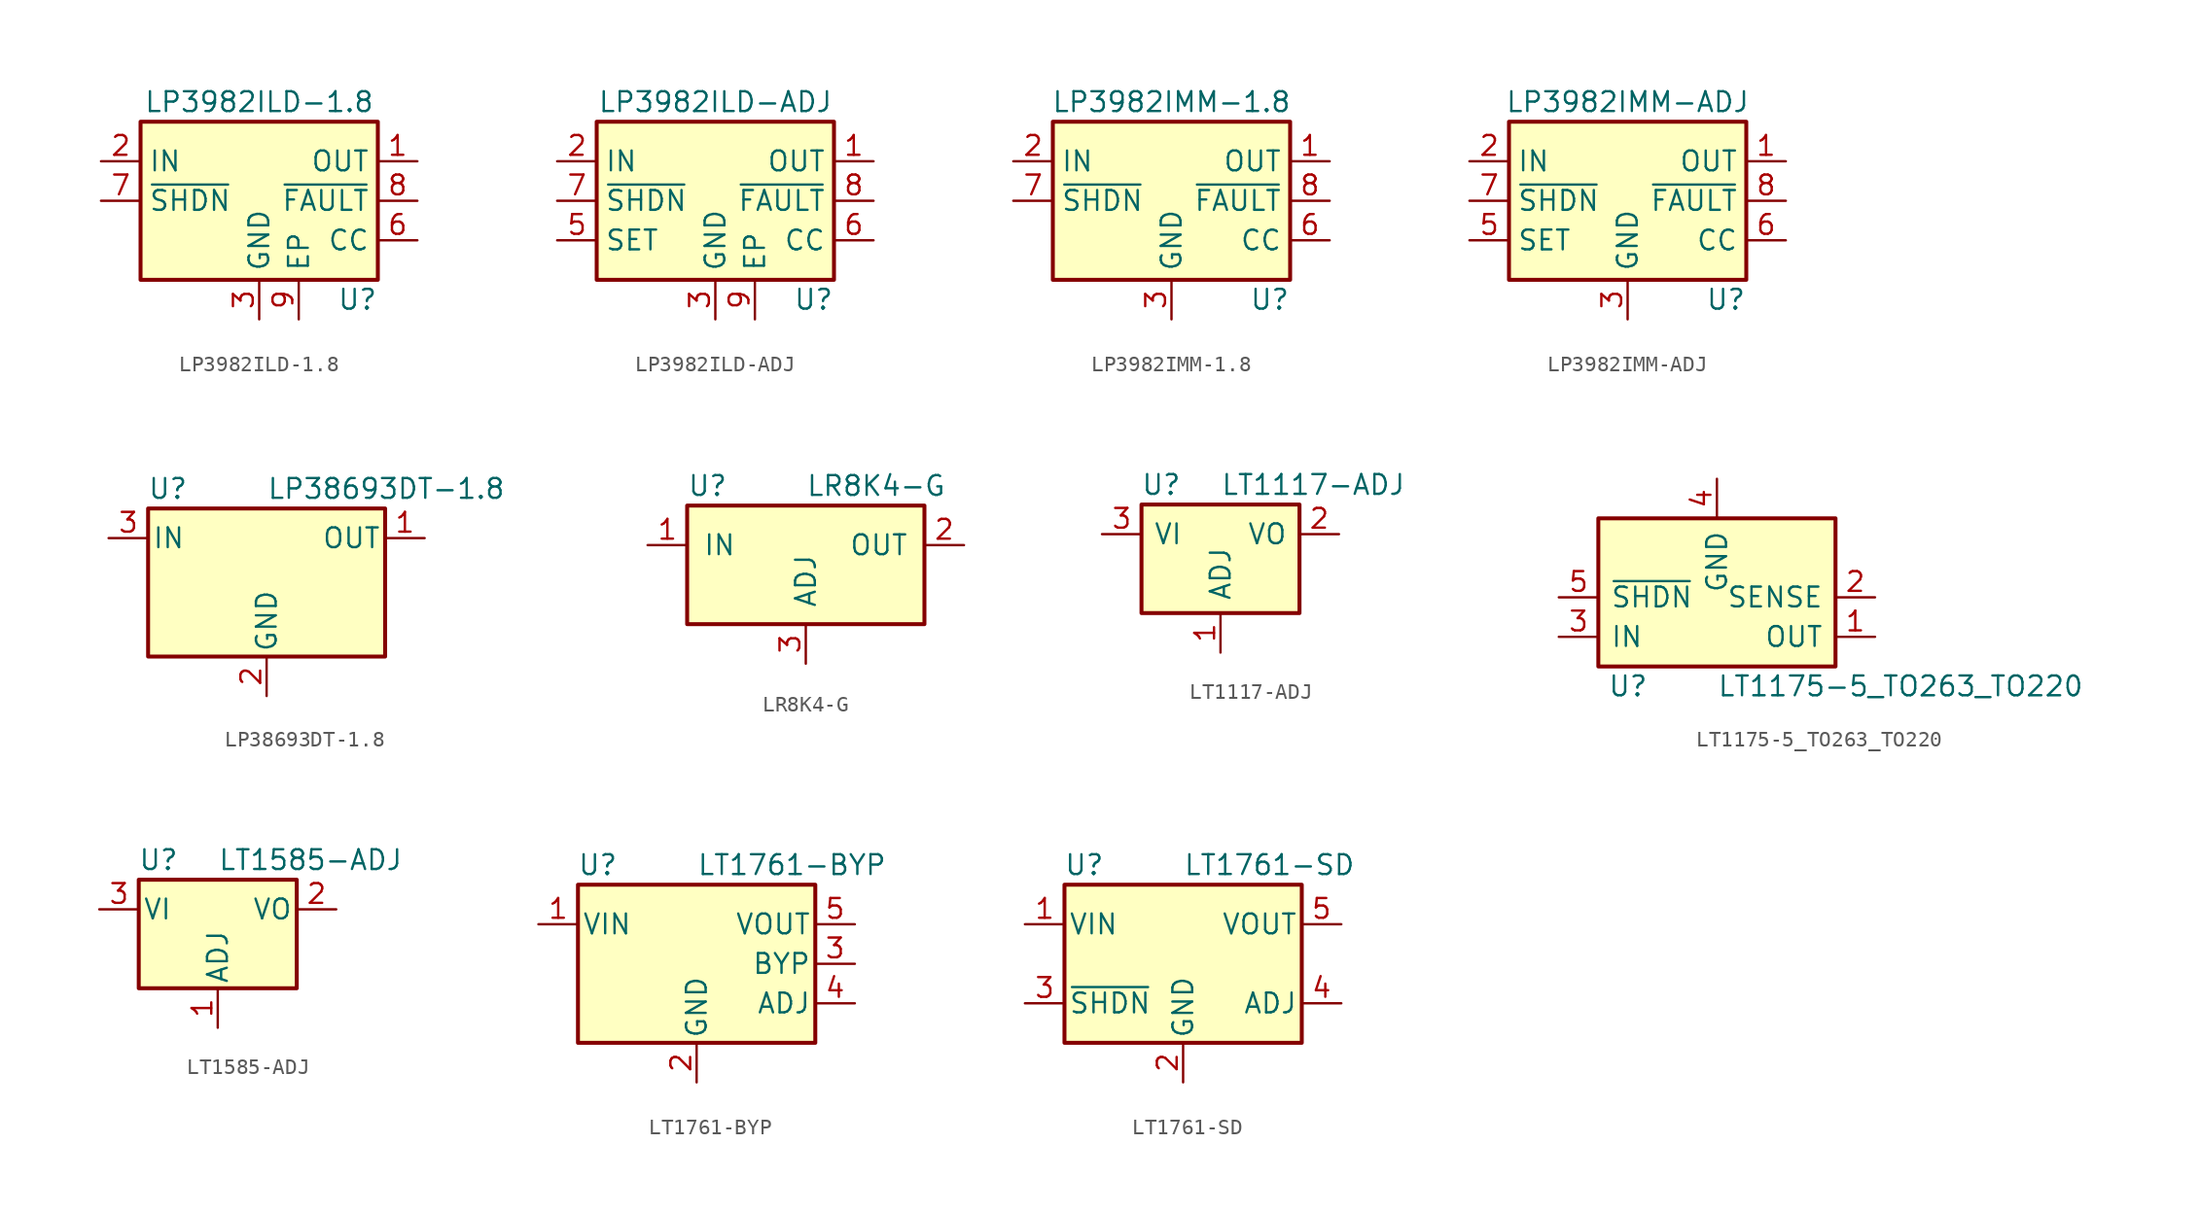
<source format=kicad_sym>
(kicad_symbol_lib
  (version 20211014)
  (generator kicad_symbol_editor)
  (symbol "LP3982ILD-1.8"
    (property "Reference" "U"
      (at 7.62 -6.35 0)
      (effects (font (size 1.27 1.27)) (justify right)))
    (property "Value" "LP3982ILD-1.8"
      (at 0 6.35 0)
      (effects (font (size 1.27 1.27))))
    (symbol "LP3982ILD-1.8_0_1"
      (rectangle (start -7.62 5.08) (end 7.62 -5.08) (stroke (width 0.254) (type default) (color 0 0 0 0)) (fill (type background))))
    (symbol "LP3982ILD-1.8_1_1"
      (pin power_out line (at 10.16 2.54 180) (length 2.54) (name "OUT" (effects (font (size 1.27 1.27)))) (number "1" (effects (font (size 1.27 1.27)))))
      (pin power_in line (at -10.16 2.54 0) (length 2.54) (name "IN" (effects (font (size 1.27 1.27)))) (number "2" (effects (font (size 1.27 1.27)))))
      (pin power_in line (at 0 -7.62 90) (length 2.54) (name "GND" (effects (font (size 1.27 1.27)))) (number "3" (effects (font (size 1.27 1.27)))))
      (pin passive line (at 10.16 2.54 180) (length 2.54) hide (name "OUT" (effects (font (size 1.27 1.27)))) (number "4" (effects (font (size 1.27 1.27)))))
      (pin no_connect line (at -7.62 -2.54 0) (length 2.54) hide (name "NC" (effects (font (size 1.27 1.27)))) (number "5" (effects (font (size 1.27 1.27)))))
      (pin passive line (at 10.16 -2.54 180) (length 2.54) (name "CC" (effects (font (size 1.27 1.27)))) (number "6" (effects (font (size 1.27 1.27)))))
      (pin input line (at -10.16 0 0) (length 2.54) (name "~{SHDN}" (effects (font (size 1.27 1.27)))) (number "7" (effects (font (size 1.27 1.27)))))
      (pin open_collector line (at 10.16 0 180) (length 2.54) (name "~{FAULT}" (effects (font (size 1.27 1.27)))) (number "8" (effects (font (size 1.27 1.27)))))
      (pin passive line (at 2.54 -7.62 90) (length 2.54) (name "EP" (effects (font (size 1.27 1.27)))) (number "9" (effects (font (size 1.27 1.27)))))))
  (symbol "LP3982ILD-ADJ"
    (property "Reference" "U"
      (at 7.62 -6.35 0)
      (effects (font (size 1.27 1.27)) (justify right)))
    (property "Value" "LP3982ILD-ADJ"
      (at 0 6.35 0)
      (effects (font (size 1.27 1.27))))
    (symbol "LP3982ILD-ADJ_0_1"
      (rectangle (start -7.62 5.08) (end 7.62 -5.08) (stroke (width 0.254) (type default) (color 0 0 0 0)) (fill (type background))))
    (symbol "LP3982ILD-ADJ_1_1"
      (pin power_out line (at 10.16 2.54 180) (length 2.54) (name "OUT" (effects (font (size 1.27 1.27)))) (number "1" (effects (font (size 1.27 1.27)))))
      (pin power_in line (at -10.16 2.54 0) (length 2.54) (name "IN" (effects (font (size 1.27 1.27)))) (number "2" (effects (font (size 1.27 1.27)))))
      (pin power_in line (at 0 -7.62 90) (length 2.54) (name "GND" (effects (font (size 1.27 1.27)))) (number "3" (effects (font (size 1.27 1.27)))))
      (pin passive line (at 10.16 2.54 180) (length 2.54) hide (name "OUT" (effects (font (size 1.27 1.27)))) (number "4" (effects (font (size 1.27 1.27)))))
      (pin passive line (at -10.16 -2.54 0) (length 2.54) (name "SET" (effects (font (size 1.27 1.27)))) (number "5" (effects (font (size 1.27 1.27)))))
      (pin passive line (at 10.16 -2.54 180) (length 2.54) (name "CC" (effects (font (size 1.27 1.27)))) (number "6" (effects (font (size 1.27 1.27)))))
      (pin input line (at -10.16 0 0) (length 2.54) (name "~{SHDN}" (effects (font (size 1.27 1.27)))) (number "7" (effects (font (size 1.27 1.27)))))
      (pin open_collector line (at 10.16 0 180) (length 2.54) (name "~{FAULT}" (effects (font (size 1.27 1.27)))) (number "8" (effects (font (size 1.27 1.27)))))
      (pin passive line (at 2.54 -7.62 90) (length 2.54) (name "EP" (effects (font (size 1.27 1.27)))) (number "9" (effects (font (size 1.27 1.27)))))))
  (symbol "LP3982IMM-1.8"
    (property "Reference" "U"
      (at 7.62 -6.35 0)
      (effects (font (size 1.27 1.27)) (justify right)))
    (property "Value" "LP3982IMM-1.8"
      (at 0 6.35 0)
      (effects (font (size 1.27 1.27))))
    (symbol "LP3982IMM-1.8_0_1"
      (rectangle (start -7.62 5.08) (end 7.62 -5.08) (stroke (width 0.254) (type default) (color 0 0 0 0)) (fill (type background))))
    (symbol "LP3982IMM-1.8_1_1"
      (pin power_out line (at 10.16 2.54 180) (length 2.54) (name "OUT" (effects (font (size 1.27 1.27)))) (number "1" (effects (font (size 1.27 1.27)))))
      (pin power_in line (at -10.16 2.54 0) (length 2.54) (name "IN" (effects (font (size 1.27 1.27)))) (number "2" (effects (font (size 1.27 1.27)))))
      (pin power_in line (at 0 -7.62 90) (length 2.54) (name "GND" (effects (font (size 1.27 1.27)))) (number "3" (effects (font (size 1.27 1.27)))))
      (pin passive line (at 10.16 2.54 180) (length 2.54) hide (name "OUT" (effects (font (size 1.27 1.27)))) (number "4" (effects (font (size 1.27 1.27)))))
      (pin no_connect line (at -7.62 -2.54 0) (length 2.54) hide (name "NC" (effects (font (size 1.27 1.27)))) (number "5" (effects (font (size 1.27 1.27)))))
      (pin passive line (at 10.16 -2.54 180) (length 2.54) (name "CC" (effects (font (size 1.27 1.27)))) (number "6" (effects (font (size 1.27 1.27)))))
      (pin input line (at -10.16 0 0) (length 2.54) (name "~{SHDN}" (effects (font (size 1.27 1.27)))) (number "7" (effects (font (size 1.27 1.27)))))
      (pin open_collector line (at 10.16 0 180) (length 2.54) (name "~{FAULT}" (effects (font (size 1.27 1.27)))) (number "8" (effects (font (size 1.27 1.27)))))))
  (symbol "LP3982IMM-ADJ"
    (property "Reference" "U"
      (at 7.62 -6.35 0)
      (effects (font (size 1.27 1.27)) (justify right)))
    (property "Value" "LP3982IMM-ADJ"
      (at 0 6.35 0)
      (effects (font (size 1.27 1.27))))
    (symbol "LP3982IMM-ADJ_0_1"
      (rectangle (start -7.62 5.08) (end 7.62 -5.08) (stroke (width 0.254) (type default) (color 0 0 0 0)) (fill (type background))))
    (symbol "LP3982IMM-ADJ_1_1"
      (pin power_out line (at 10.16 2.54 180) (length 2.54) (name "OUT" (effects (font (size 1.27 1.27)))) (number "1" (effects (font (size 1.27 1.27)))))
      (pin power_in line (at -10.16 2.54 0) (length 2.54) (name "IN" (effects (font (size 1.27 1.27)))) (number "2" (effects (font (size 1.27 1.27)))))
      (pin power_in line (at 0 -7.62 90) (length 2.54) (name "GND" (effects (font (size 1.27 1.27)))) (number "3" (effects (font (size 1.27 1.27)))))
      (pin passive line (at 10.16 2.54 180) (length 2.54) hide (name "OUT" (effects (font (size 1.27 1.27)))) (number "4" (effects (font (size 1.27 1.27)))))
      (pin passive line (at -10.16 -2.54 0) (length 2.54) (name "SET" (effects (font (size 1.27 1.27)))) (number "5" (effects (font (size 1.27 1.27)))))
      (pin passive line (at 10.16 -2.54 180) (length 2.54) (name "CC" (effects (font (size 1.27 1.27)))) (number "6" (effects (font (size 1.27 1.27)))))
      (pin input line (at -10.16 0 0) (length 2.54) (name "~{SHDN}" (effects (font (size 1.27 1.27)))) (number "7" (effects (font (size 1.27 1.27)))))
      (pin open_collector line (at 10.16 0 180) (length 2.54) (name "~{FAULT}" (effects (font (size 1.27 1.27)))) (number "8" (effects (font (size 1.27 1.27)))))))
  (symbol "LP38693DT-1.8"
    (pin_names
      (offset 0.254))
    (property "Reference" "U"
      (at -6.35 5.715 0)
      (effects (font (size 1.27 1.27))))
    (property "Value" "LP38693DT-1.8"
      (at 0 5.715 0)
      (effects (font (size 1.27 1.27)) (justify left)))
    (symbol "LP38693DT-1.8_0_1"
      (rectangle (start -7.62 -5.08) (end 7.62 4.445) (stroke (width 0.254) (type default) (color 0 0 0 0)) (fill (type background))))
    (symbol "LP38693DT-1.8_1_1"
      (pin power_out line (at 10.16 2.54 180) (length 2.54) (name "OUT" (effects (font (size 1.27 1.27)))) (number "1" (effects (font (size 1.27 1.27)))))
      (pin power_in line (at 0 -7.62 90) (length 2.54) (name "GND" (effects (font (size 1.27 1.27)))) (number "2" (effects (font (size 1.27 1.27)))))
      (pin power_in line (at -10.16 2.54 0) (length 2.54) (name "IN" (effects (font (size 1.27 1.27)))) (number "3" (effects (font (size 1.27 1.27)))))))
  (symbol "LR8K4-G"
    (pin_names
      (offset 1.016))
    (property "Reference" "U"
      (at -7.62 3.81 0)
      (effects (font (size 1.27 1.27)) (justify left)))
    (property "Value" "LR8K4-G"
      (at 0 3.81 0)
      (effects (font (size 1.27 1.27)) (justify left)))
    (symbol "LR8K4-G_0_1"
      (rectangle (start -7.62 2.54) (end 7.62 -5.08) (stroke (width 0.254) (type default) (color 0 0 0 0)) (fill (type background))))
    (symbol "LR8K4-G_1_1"
      (pin input line (at -10.16 0 0) (length 2.54) (name "IN" (effects (font (size 1.27 1.27)))) (number "1" (effects (font (size 1.27 1.27)))))
      (pin power_out line (at 10.16 0 180) (length 2.54) (name "OUT" (effects (font (size 1.27 1.27)))) (number "2" (effects (font (size 1.27 1.27)))))
      (pin input line (at 0 -7.62 90) (length 2.54) (name "ADJ" (effects (font (size 1.27 1.27)))) (number "3" (effects (font (size 1.27 1.27)))))))
  (symbol "LT1117-ADJ"
    (pin_names
      (offset 0.762))
    (property "Reference" "U"
      (at -3.81 3.175 0)
      (effects (font (size 1.27 1.27))))
    (property "Value" "LT1117-ADJ"
      (at 0 3.175 0)
      (effects (font (size 1.27 1.27)) (justify left)))
    (symbol "LT1117-ADJ_0_1"
      (rectangle (start -5.08 -5.08) (end 5.08 1.905) (stroke (width 0.254) (type default) (color 0 0 0 0)) (fill (type background))))
    (symbol "LT1117-ADJ_1_1"
      (pin input line (at 0 -7.62 90) (length 2.54) (name "ADJ" (effects (font (size 1.27 1.27)))) (number "1" (effects (font (size 1.27 1.27)))))
      (pin power_out line (at 7.62 0 180) (length 2.54) (name "VO" (effects (font (size 1.27 1.27)))) (number "2" (effects (font (size 1.27 1.27)))))
      (pin power_in line (at -7.62 0 0) (length 2.54) (name "VI" (effects (font (size 1.27 1.27)))) (number "3" (effects (font (size 1.27 1.27)))))))
  (symbol "LT1175-5_TO263_TO220"
    (pin_names
      (offset 0.762))
    (property "Reference" "U"
      (at -5.715 -3.175 0)
      (effects (font (size 1.27 1.27))))
    (property "Value" "LT1175-5_TO263_TO220"
      (at 0 -3.175 0)
      (effects (font (size 1.27 1.27)) (justify left)))
    (symbol "LT1175-5_TO263_TO220_0_1"
      (rectangle (start -7.62 -1.905) (end 7.62 7.62) (stroke (width 0.254) (type default) (color 0 0 0 0)) (fill (type background))))
    (symbol "LT1175-5_TO263_TO220_1_1"
      (pin power_out line (at 10.16 0 180) (length 2.54) (name "OUT" (effects (font (size 1.27 1.27)))) (number "1" (effects (font (size 1.27 1.27)))))
      (pin input line (at 10.16 2.54 180) (length 2.54) (name "SENSE" (effects (font (size 1.27 1.27)))) (number "2" (effects (font (size 1.27 1.27)))))
      (pin power_in line (at -10.16 0 0) (length 2.54) (name "IN" (effects (font (size 1.27 1.27)))) (number "3" (effects (font (size 1.27 1.27)))))
      (pin power_in line (at 0 10.16 270) (length 2.54) (name "GND" (effects (font (size 1.27 1.27)))) (number "4" (effects (font (size 1.27 1.27)))))
      (pin input line (at -10.16 2.54 0) (length 2.54) (name "~{SHDN}" (effects (font (size 1.27 1.27)))) (number "5" (effects (font (size 1.27 1.27)))))))
  (symbol "LT1585-ADJ"
    (pin_names
      (offset 0.254))
    (property "Reference" "U"
      (at -3.81 3.175 0)
      (effects (font (size 1.27 1.27))))
    (property "Value" "LT1585-ADJ"
      (at 0 3.175 0)
      (effects (font (size 1.27 1.27)) (justify left)))
    (symbol "LT1585-ADJ_0_1"
      (rectangle (start -5.08 -5.08) (end 5.08 1.905) (stroke (width 0.254) (type default) (color 0 0 0 0)) (fill (type background))))
    (symbol "LT1585-ADJ_1_1"
      (pin input line (at 0 -7.62 90) (length 2.54) (name "ADJ" (effects (font (size 1.27 1.27)))) (number "1" (effects (font (size 1.27 1.27)))))
      (pin power_out line (at 7.62 0 180) (length 2.54) (name "VO" (effects (font (size 1.27 1.27)))) (number "2" (effects (font (size 1.27 1.27)))))
      (pin power_in line (at -7.62 0 0) (length 2.54) (name "VI" (effects (font (size 1.27 1.27)))) (number "3" (effects (font (size 1.27 1.27)))))))
  (symbol "LT1761-BYP"
    (pin_names
      (offset 0.254))
    (property "Reference" "U"
      (at -6.35 6.35 0)
      (effects (font (size 1.27 1.27))))
    (property "Value" "LT1761-BYP"
      (at 0 6.35 0)
      (effects (font (size 1.27 1.27)) (justify left)))
    (symbol "LT1761-BYP_0_1"
      (rectangle (start -7.62 5.08) (end 7.62 -5.08) (stroke (width 0.254) (type default) (color 0 0 0 0)) (fill (type background))))
    (symbol "LT1761-BYP_1_1"
      (pin power_in line (at -10.16 2.54 0) (length 2.54) (name "VIN" (effects (font (size 1.27 1.27)))) (number "1" (effects (font (size 1.27 1.27)))))
      (pin power_in line (at 0 -7.62 90) (length 2.54) (name "GND" (effects (font (size 1.27 1.27)))) (number "2" (effects (font (size 1.27 1.27)))))
      (pin passive line (at 10.16 0 180) (length 2.54) (name "BYP" (effects (font (size 1.27 1.27)))) (number "3" (effects (font (size 1.27 1.27)))))
      (pin input line (at 10.16 -2.54 180) (length 2.54) (name "ADJ" (effects (font (size 1.27 1.27)))) (number "4" (effects (font (size 1.27 1.27)))))
      (pin power_out line (at 10.16 2.54 180) (length 2.54) (name "VOUT" (effects (font (size 1.27 1.27)))) (number "5" (effects (font (size 1.27 1.27)))))))
  (symbol "LT1761-SD"
    (pin_names
      (offset 0.254))
    (property "Reference" "U"
      (at -6.35 6.35 0)
      (effects (font (size 1.27 1.27))))
    (property "Value" "LT1761-SD"
      (at 0 6.35 0)
      (effects (font (size 1.27 1.27)) (justify left)))
    (symbol "LT1761-SD_0_1"
      (rectangle (start -7.62 5.08) (end 7.62 -5.08) (stroke (width 0.254) (type default) (color 0 0 0 0)) (fill (type background))))
    (symbol "LT1761-SD_1_1"
      (pin power_in line (at -10.16 2.54 0) (length 2.54) (name "VIN" (effects (font (size 1.27 1.27)))) (number "1" (effects (font (size 1.27 1.27)))))
      (pin power_in line (at 0 -7.62 90) (length 2.54) (name "GND" (effects (font (size 1.27 1.27)))) (number "2" (effects (font (size 1.27 1.27)))))
      (pin input line (at -10.16 -2.54 0) (length 2.54) (name "~{SHDN}" (effects (font (size 1.27 1.27)))) (number "3" (effects (font (size 1.27 1.27)))))
      (pin input line (at 10.16 -2.54 180) (length 2.54) (name "ADJ" (effects (font (size 1.27 1.27)))) (number "4" (effects (font (size 1.27 1.27)))))
      (pin power_out line (at 10.16 2.54 180) (length 2.54) (name "VOUT" (effects (font (size 1.27 1.27)))) (number "5" (effects (font (size 1.27 1.27))))))))
</source>
